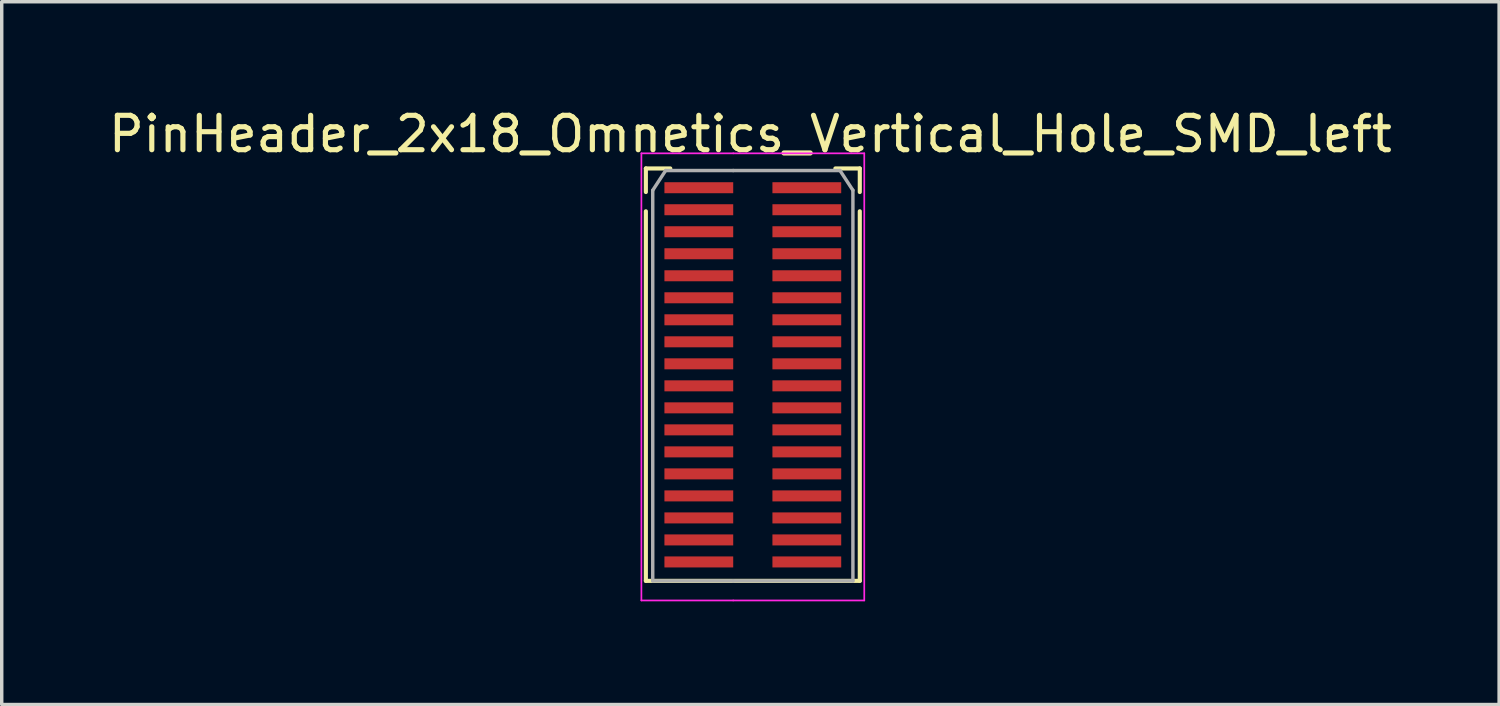
<source format=kicad_pcb>
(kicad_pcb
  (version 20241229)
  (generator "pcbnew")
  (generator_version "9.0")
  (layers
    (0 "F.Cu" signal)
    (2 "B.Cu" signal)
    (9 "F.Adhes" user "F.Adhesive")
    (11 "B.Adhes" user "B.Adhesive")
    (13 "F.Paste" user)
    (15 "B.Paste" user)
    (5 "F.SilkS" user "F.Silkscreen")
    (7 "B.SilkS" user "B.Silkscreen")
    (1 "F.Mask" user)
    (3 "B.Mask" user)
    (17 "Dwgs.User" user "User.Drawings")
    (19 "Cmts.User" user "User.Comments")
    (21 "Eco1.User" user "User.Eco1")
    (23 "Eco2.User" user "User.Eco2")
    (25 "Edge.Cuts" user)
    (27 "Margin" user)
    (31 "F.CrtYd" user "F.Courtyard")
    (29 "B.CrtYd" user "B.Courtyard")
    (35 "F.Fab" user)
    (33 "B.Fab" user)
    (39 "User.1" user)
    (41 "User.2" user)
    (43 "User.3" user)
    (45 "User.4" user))
  (footprint "PinHeader_2x18_Omnetics_Vertical_Hole_SMD_left"
    (layer "F.Cu")
    (at 18.268 2.408)
    (property "Reference" "PinHeader_2x18_Omnetics_Vertical_Hole_SMD_left" (at 0.5 -1.56 0) (layer "F.SilkS") (effects (font (size 1 1) (thickness 0.15))))
    (attr through_hole)
    (fp_line (start -2.54 -0.56) (end -1.83 -0.56) (stroke (width 0.12) (type solid)) (layer "F.SilkS"))
    (fp_line (start -2.54 0.125) (end -2.54 -0.56) (stroke (width 0.12) (type solid)) (layer "F.SilkS"))
    (fp_line (start -2.54 0.685) (end -2.54 11.43) (stroke (width 0.12) (type solid)) (layer "F.SilkS"))
    (fp_line (start -2.54 11.43) (end 3.68 11.43) (stroke (width 0.12) (type solid)) (layer "F.SilkS"))
    (fp_line (start 3.68 -0.56) (end 2.97 -0.56) (stroke (width 0.12) (type solid)) (layer "F.SilkS"))
    (fp_line (start 3.68 0.125) (end 3.68 -0.56) (stroke (width 0.12) (type solid)) (layer "F.SilkS"))
    (fp_line (start 3.68 0.685) (end 3.68 11.43) (stroke (width 0.12) (type solid)) (layer "F.SilkS"))
    (fp_line (start -2.67 -1) (end -2.67 12) (stroke (width 0.05) (type solid)) (layer "F.CrtYd"))
    (fp_line (start -2.67 12) (end 0 12) (stroke (width 0.05) (type solid)) (layer "F.CrtYd"))
    (fp_line (start 0 -1) (end -2.67 -1) (stroke (width 0.05) (type solid)) (layer "F.CrtYd"))
    (fp_line (start 0 -1) (end 3.81 -1) (stroke (width 0.05) (type solid)) (layer "F.CrtYd"))
    (fp_line (start 3.81 -1) (end 3.81 12) (stroke (width 0.05) (type solid)) (layer "F.CrtYd"))
    (fp_line (start 3.81 12) (end 0 12) (stroke (width 0.05) (type solid)) (layer "F.CrtYd"))
    (fp_line (start -2.34 0.075) (end -1.965 -0.5) (stroke (width 0.1) (type solid)) (layer "F.Fab"))
    (fp_line (start -2.34 11.43) (end -2.34 0.075) (stroke (width 0.1) (type solid)) (layer "F.Fab"))
    (fp_line (start -1.965 -0.5) (end 0 -0.5) (stroke (width 0.1) (type solid)) (layer "F.Fab"))
    (fp_line (start 0 11.43) (end -2.34 11.43) (stroke (width 0.1) (type solid)) (layer "F.Fab"))
    (fp_line (start 0 11.43) (end 3.48 11.43) (stroke (width 0.1) (type solid)) (layer "F.Fab"))
    (fp_line (start 3.105 -0.5) (end 0 -0.5) (stroke (width 0.1) (type solid)) (layer "F.Fab"))
    (fp_line (start 3.48 0.075) (end 3.105 -0.5) (stroke (width 0.1) (type solid)) (layer "F.Fab"))
    (fp_line (start 3.48 11.43) (end 3.48 0.075) (stroke (width 0.1) (type solid)) (layer "F.Fab"))
    (pad "1" smd rect (at 2.14 0) (size 2 0.32) (layers "F.Cu" "F.Mask" "F.Paste"))
    (pad "2" smd rect (at -1 0) (size 2 0.32) (layers "F.Cu" "F.Mask" "F.Paste"))
    (pad "3" smd rect (at 2.14 0.64) (size 2 0.32) (layers "F.Cu" "F.Mask" "F.Paste"))
    (pad "4" smd rect (at -1 0.64) (size 2 0.32) (layers "F.Cu" "F.Mask" "F.Paste"))
    (pad "5" smd rect (at 2.14 1.28) (size 2 0.32) (layers "F.Cu" "F.Mask" "F.Paste"))
    (pad "6" smd rect (at -1 1.28) (size 2 0.32) (layers "F.Cu" "F.Mask" "F.Paste"))
    (pad "7" smd rect (at 2.14 1.92) (size 2 0.32) (layers "F.Cu" "F.Mask" "F.Paste"))
    (pad "8" smd rect (at -1 1.92) (size 2 0.32) (layers "F.Cu" "F.Mask" "F.Paste"))
    (pad "9" smd rect (at 2.14 2.56) (size 2 0.32) (layers "F.Cu" "F.Mask" "F.Paste"))
    (pad "10" smd rect (at -1 2.56) (size 2 0.32) (layers "F.Cu" "F.Mask" "F.Paste"))
    (pad "11" smd rect (at 2.14 3.2) (size 2 0.32) (layers "F.Cu" "F.Mask" "F.Paste"))
    (pad "12" smd rect (at -1 3.2) (size 2 0.32) (layers "F.Cu" "F.Mask" "F.Paste"))
    (pad "13" smd rect (at 2.14 3.84) (size 2 0.32) (layers "F.Cu" "F.Mask" "F.Paste"))
    (pad "14" smd rect (at -1 3.84) (size 2 0.32) (layers "F.Cu" "F.Mask" "F.Paste"))
    (pad "15" smd rect (at 2.14 4.48) (size 2 0.32) (layers "F.Cu" "F.Mask" "F.Paste"))
    (pad "16" smd rect (at -1 4.48) (size 2 0.32) (layers "F.Cu" "F.Mask" "F.Paste"))
    (pad "17" smd rect (at 2.14 5.12) (size 2 0.32) (layers "F.Cu" "F.Mask" "F.Paste"))
    (pad "18" smd rect (at -1 5.12) (size 2 0.32) (layers "F.Cu" "F.Mask" "F.Paste"))
    (pad "19" smd rect (at 2.14 5.76) (size 2 0.32) (layers "F.Cu" "F.Mask" "F.Paste"))
    (pad "20" smd rect (at -1 5.76) (size 2 0.32) (layers "F.Cu" "F.Mask" "F.Paste"))
    (pad "21" smd rect (at 2.14 6.4) (size 2 0.32) (layers "F.Cu" "F.Mask" "F.Paste"))
    (pad "22" smd rect (at -1 6.4) (size 2 0.32) (layers "F.Cu" "F.Mask" "F.Paste"))
    (pad "23" smd rect (at 2.14 7.04) (size 2 0.32) (layers "F.Cu" "F.Mask" "F.Paste"))
    (pad "24" smd rect (at -1 7.04) (size 2 0.32) (layers "F.Cu" "F.Mask" "F.Paste"))
    (pad "25" smd rect (at 2.14 7.68) (size 2 0.32) (layers "F.Cu" "F.Mask" "F.Paste"))
    (pad "26" smd rect (at -1 7.68) (size 2 0.32) (layers "F.Cu" "F.Mask" "F.Paste"))
    (pad "27" smd rect (at 2.14 8.32) (size 2 0.32) (layers "F.Cu" "F.Mask" "F.Paste"))
    (pad "28" smd rect (at -1 8.32) (size 2 0.32) (layers "F.Cu" "F.Mask" "F.Paste"))
    (pad "29" smd rect (at 2.14 8.96) (size 2 0.32) (layers "F.Cu" "F.Mask" "F.Paste"))
    (pad "30" smd rect (at -1 8.96) (size 2 0.32) (layers "F.Cu" "F.Mask" "F.Paste"))
    (pad "31" smd rect (at 2.14 9.6) (size 2 0.32) (layers "F.Cu" "F.Mask" "F.Paste"))
    (pad "32" smd rect (at -1 9.6) (size 2 0.32) (layers "F.Cu" "F.Mask" "F.Paste"))
    (pad "33" smd rect (at 2.14 10.24) (size 2 0.32) (layers "F.Cu" "F.Mask" "F.Paste"))
    (pad "34" smd rect (at -1 10.24) (size 2 0.32) (layers "F.Cu" "F.Mask" "F.Paste"))
    (pad "35" smd rect (at 2.14 10.88) (size 2 0.32) (layers "F.Cu" "F.Mask" "F.Paste"))
    (pad "36" smd rect (at -1 10.88) (size 2 0.32) (layers "F.Cu" "F.Mask" "F.Paste")))
  (gr_rect
    (start -3 -3)
    (end 40.536 17.433)
    (stroke (width 0.1) (type default))
    (fill no)
    (layer "Edge.Cuts")))
</source>
